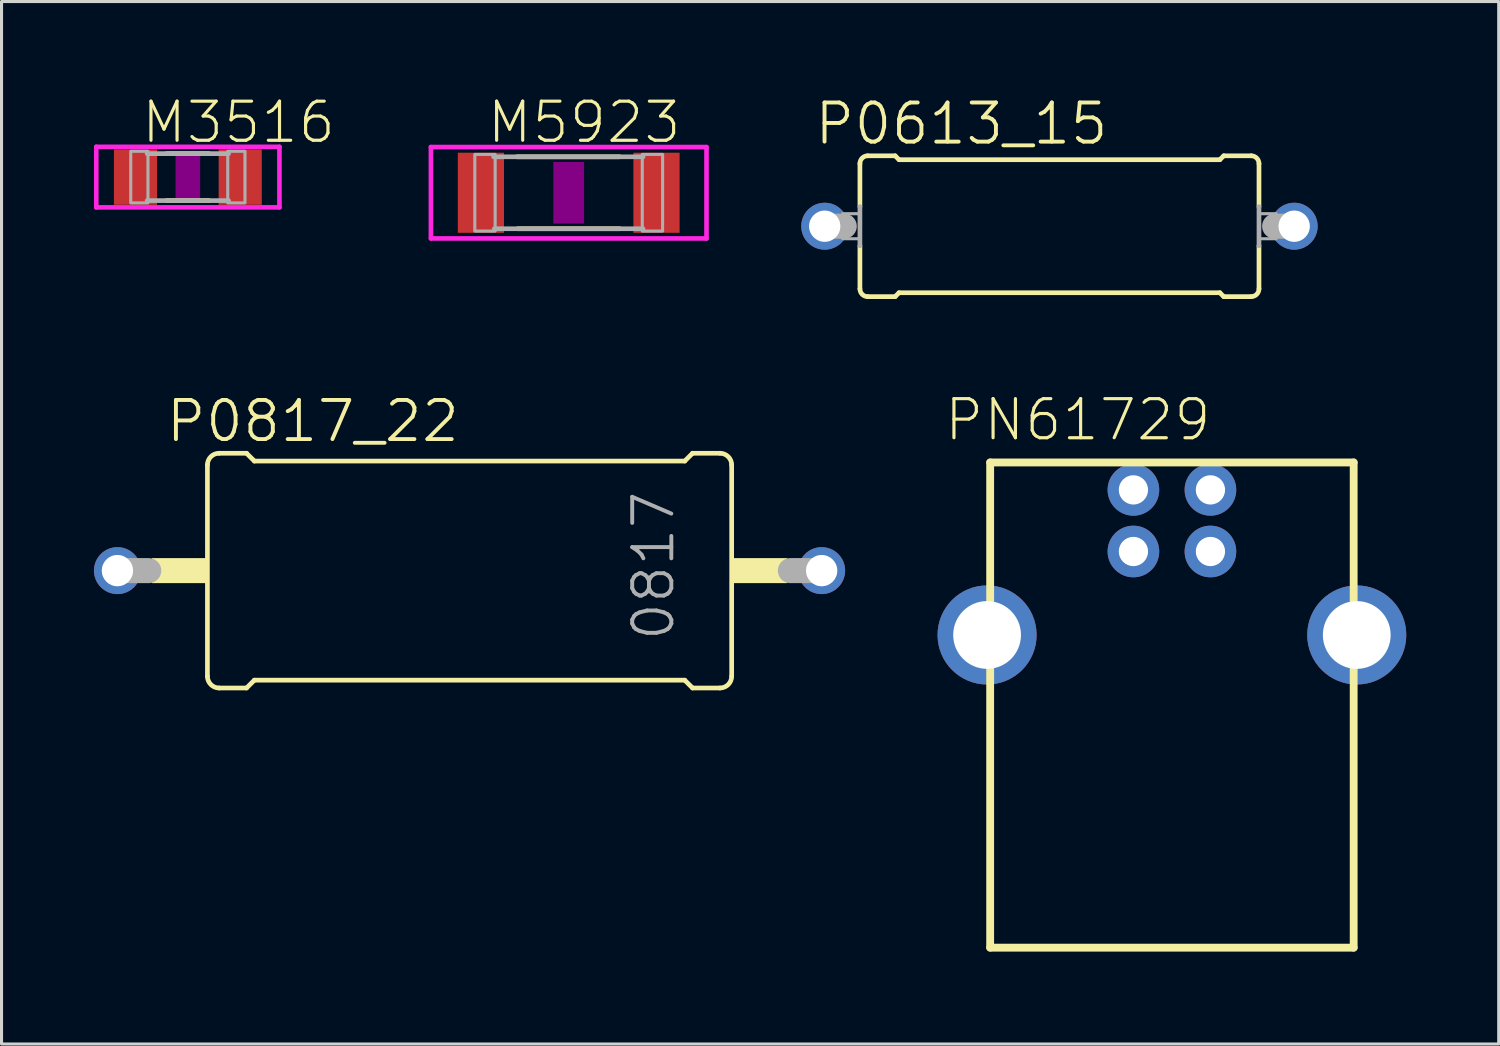
<source format=kicad_pcb>
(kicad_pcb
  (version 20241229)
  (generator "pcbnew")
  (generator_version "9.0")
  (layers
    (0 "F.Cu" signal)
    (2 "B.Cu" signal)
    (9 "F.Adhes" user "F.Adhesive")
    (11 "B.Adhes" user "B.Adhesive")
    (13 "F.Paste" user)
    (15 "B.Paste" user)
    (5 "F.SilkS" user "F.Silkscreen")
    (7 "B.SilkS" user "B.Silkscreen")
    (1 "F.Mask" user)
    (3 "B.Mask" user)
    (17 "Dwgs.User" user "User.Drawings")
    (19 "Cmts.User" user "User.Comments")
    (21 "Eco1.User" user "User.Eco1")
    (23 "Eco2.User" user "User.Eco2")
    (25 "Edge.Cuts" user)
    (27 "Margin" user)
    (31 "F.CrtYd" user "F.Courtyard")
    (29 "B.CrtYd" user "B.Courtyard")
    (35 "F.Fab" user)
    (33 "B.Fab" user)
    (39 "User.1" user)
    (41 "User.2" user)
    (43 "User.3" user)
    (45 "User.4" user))
  (footprint "P0613_15"
    (layer "F.Cu")
    (at 31.341 4.293)
    (property "Reference" "P0613_15" (at -3.181 -3.327 0) (layer "F.SilkS") (effects (font (size 1.27 1.27) (thickness 0.127))))
    (attr through_hole)
    (fp_line (start -6.477 -0.635) (end -6.477 -2.032) (stroke (width 0.152) (type solid)) (layer "F.SilkS"))
    (fp_line (start -6.477 2.032) (end -6.477 0.635) (stroke (width 0.152) (type solid)) (layer "F.SilkS"))
    (fp_line (start -6.223 -2.286) (end -5.334 -2.286) (stroke (width 0.152) (type solid)) (layer "F.SilkS"))
    (fp_line (start -6.223 2.286) (end -5.334 2.286) (stroke (width 0.152) (type solid)) (layer "F.SilkS"))
    (fp_line (start -5.207 -2.159) (end -5.334 -2.286) (stroke (width 0.152) (type solid)) (layer "F.SilkS"))
    (fp_line (start -5.207 2.159) (end -5.334 2.286) (stroke (width 0.152) (type solid)) (layer "F.SilkS"))
    (fp_line (start 5.207 -2.159) (end -5.207 -2.159) (stroke (width 0.152) (type solid)) (layer "F.SilkS"))
    (fp_line (start 5.207 -2.159) (end 5.334 -2.286) (stroke (width 0.152) (type solid)) (layer "F.SilkS"))
    (fp_line (start 5.207 2.159) (end -5.207 2.159) (stroke (width 0.152) (type solid)) (layer "F.SilkS"))
    (fp_line (start 5.207 2.159) (end 5.334 2.286) (stroke (width 0.152) (type solid)) (layer "F.SilkS"))
    (fp_line (start 6.223 -2.286) (end 5.334 -2.286) (stroke (width 0.152) (type solid)) (layer "F.SilkS"))
    (fp_line (start 6.223 2.286) (end 5.334 2.286) (stroke (width 0.152) (type solid)) (layer "F.SilkS"))
    (fp_line (start 6.477 -2.032) (end 6.477 -0.635) (stroke (width 0.152) (type solid)) (layer "F.SilkS"))
    (fp_line (start 6.477 0.635) (end 6.477 2.032) (stroke (width 0.152) (type solid)) (layer "F.SilkS"))
    (fp_arc (start -6.477 -2.032) (mid -6.402605 -2.211604) (end -6.223001 -2.285999) (stroke (width 0.1524) (type solid)) (layer "F.SilkS"))
    (fp_arc (start -6.223001 2.285999) (mid -6.402605 2.211604) (end -6.477 2.032) (stroke (width 0.1524) (type solid)) (layer "F.SilkS"))
    (fp_arc (start 6.223 -2.286) (mid 6.402605 -2.211606) (end 6.477001 -2.032001) (stroke (width 0.1524) (type solid)) (layer "F.SilkS"))
    (fp_arc (start 6.477001 2.032001) (mid 6.402605 2.211606) (end 6.223 2.286) (stroke (width 0.1524) (type solid)) (layer "F.SilkS"))
    (fp_line (start -7.62 0) (end -6.985 0) (stroke (width 0.813) (type solid)) (layer "F.Fab"))
    (fp_line (start -6.477 -0.635) (end -6.477 0.635) (stroke (width 0.152) (type solid)) (layer "F.Fab"))
    (fp_line (start 6.477 0.635) (end 6.477 -0.635) (stroke (width 0.152) (type solid)) (layer "F.Fab"))
    (fp_line (start 7.62 0) (end 6.985 0) (stroke (width 0.813) (type solid)) (layer "F.Fab"))
    (fp_poly (pts (xy -7.036 -0.406) (xy -6.477 -0.406) (xy -6.477 0.406) (xy -7.036 0.406)) (stroke (width 0.1) (type solid)) (fill no) (layer "F.Fab"))
    (fp_poly (pts (xy 6.477 -0.406) (xy 7.036 -0.406) (xy 7.036 0.406) (xy 6.477 0.406)) (stroke (width 0.1) (type solid)) (fill no) (layer "F.Fab"))
    (pad "1" thru_hole circle (at -7.62 0) (size 1.524 1.524) (drill 1.016) (layers "*.Cu" "*.Mask"))
    (pad "2" thru_hole circle (at 7.62 0) (size 1.524 1.524) (drill 1.016) (layers "*.Cu" "*.Mask")))
  (footprint "P0817_22"
    (layer "F.Cu")
    (at 12.192 15.473)
    (property "Reference" "P0817_22" (at -5.086 -4.851 0) (layer "F.SilkS") (effects (font (size 1.27 1.27) (thickness 0.127))))
    (attr through_hole)
    (fp_line (start -8.509 3.429) (end -8.509 -3.429) (stroke (width 0.152) (type solid)) (layer "F.SilkS"))
    (fp_line (start -8.128 -3.81) (end -7.239 -3.81) (stroke (width 0.152) (type solid)) (layer "F.SilkS"))
    (fp_line (start -8.128 3.81) (end -7.239 3.81) (stroke (width 0.152) (type solid)) (layer "F.SilkS"))
    (fp_line (start -6.985 -3.556) (end -7.239 -3.81) (stroke (width 0.152) (type solid)) (layer "F.SilkS"))
    (fp_line (start -6.985 3.556) (end -7.239 3.81) (stroke (width 0.152) (type solid)) (layer "F.SilkS"))
    (fp_line (start 6.985 -3.556) (end -6.985 -3.556) (stroke (width 0.152) (type solid)) (layer "F.SilkS"))
    (fp_line (start 6.985 -3.556) (end 7.239 -3.81) (stroke (width 0.152) (type solid)) (layer "F.SilkS"))
    (fp_line (start 6.985 3.556) (end -6.985 3.556) (stroke (width 0.152) (type solid)) (layer "F.SilkS"))
    (fp_line (start 6.985 3.556) (end 7.239 3.81) (stroke (width 0.152) (type solid)) (layer "F.SilkS"))
    (fp_line (start 8.128 -3.81) (end 7.239 -3.81) (stroke (width 0.152) (type solid)) (layer "F.SilkS"))
    (fp_line (start 8.128 3.81) (end 7.239 3.81) (stroke (width 0.152) (type solid)) (layer "F.SilkS"))
    (fp_line (start 8.509 3.429) (end 8.509 -3.429) (stroke (width 0.152) (type solid)) (layer "F.SilkS"))
    (fp_arc (start -8.509 -3.429) (mid -8.397408 -3.698408) (end -8.128 -3.81) (stroke (width 0.1524) (type solid)) (layer "F.SilkS"))
    (fp_arc (start -8.128 3.81) (mid -8.397408 3.698408) (end -8.509 3.429) (stroke (width 0.1524) (type solid)) (layer "F.SilkS"))
    (fp_arc (start 8.128 -3.81) (mid 8.397408 -3.698408) (end 8.509 -3.429) (stroke (width 0.1524) (type solid)) (layer "F.SilkS"))
    (fp_arc (start 8.509 3.429) (mid 8.397408 3.698408) (end 8.128 3.81) (stroke (width 0.1524) (type solid)) (layer "F.SilkS"))
    (fp_poly (pts (xy -10.312 -0.406) (xy -8.509 -0.406) (xy -8.509 0.406) (xy -10.312 0.406)) (stroke (width 0) (type solid)) (fill yes) (layer "F.SilkS"))
    (fp_poly (pts (xy 8.509 -0.406) (xy 10.312 -0.406) (xy 10.312 0.406) (xy 8.509 0.406)) (stroke (width 0) (type solid)) (fill yes) (layer "F.SilkS"))
    (fp_line (start -10.414 0) (end -11.43 0) (stroke (width 0.813) (type solid)) (layer "F.Fab"))
    (fp_line (start 11.43 0) (end 10.414 0) (stroke (width 0.813) (type solid)) (layer "F.Fab"))
    (fp_text user "0817" (at 5.969 -0.158 90) (layer "F.Fab") (effects (font (size 1.27 1.27) (thickness 0.127))))
    (pad "1" thru_hole circle (at -11.43 0) (size 1.524 1.524) (drill 1.016) (layers "*.Cu" "*.Mask"))
    (pad "2" thru_hole circle (at 11.43 0) (size 1.524 1.524) (drill 1.016) (layers "*.Cu" "*.Mask")))
  (footprint "M5923"
    (layer "F.Cu")
    (at 15.411 3.207)
    (property "Reference" "M5923" (at 0.502 -2.286 0) (layer "F.SilkS") (effects (font (size 1.27 1.27) (thickness 0.102))))
    (attr through_hole)
    (fp_line (start 1.651 -1.168) (end -1.676 -1.168) (stroke (width 0.152) (type solid)) (layer "F.SilkS"))
    (fp_line (start 1.651 1.168) (end -1.651 1.168) (stroke (width 0.152) (type solid)) (layer "F.SilkS"))
    (fp_poly (pts (xy -0.5 -1) (xy 0.5 -1) (xy 0.5 1) (xy -0.5 1)) (stroke (width 0) (type solid)) (fill yes) (layer "F.Adhes"))
    (fp_line (start -4.473 -1.483) (end 4.473 -1.483) (stroke (width 0.15) (type solid)) (layer "F.CrtYd"))
    (fp_line (start -4.473 1.483) (end -4.473 -1.483) (stroke (width 0.15) (type solid)) (layer "F.CrtYd"))
    (fp_line (start 4.473 -1.483) (end 4.473 1.483) (stroke (width 0.15) (type solid)) (layer "F.CrtYd"))
    (fp_line (start 4.473 1.483) (end -4.473 1.483) (stroke (width 0.15) (type solid)) (layer "F.CrtYd"))
    (fp_line (start 2.413 -1.168) (end -2.438 -1.168) (stroke (width 0.152) (type solid)) (layer "F.Fab"))
    (fp_line (start 2.413 1.168) (end -2.413 1.168) (stroke (width 0.152) (type solid)) (layer "F.Fab"))
    (fp_poly (pts (xy -3.048 -1.245) (xy -2.388 -1.245) (xy -2.388 1.245) (xy -3.048 1.245)) (stroke (width 0.1) (type solid)) (fill no) (layer "F.Fab"))
    (fp_poly (pts (xy 2.388 -1.245) (xy 3.048 -1.245) (xy 3.048 1.245) (xy 2.388 1.245)) (stroke (width 0.1) (type solid)) (fill no) (layer "F.Fab"))
    (pad "1" smd rect (at -2.85 0) (size 1.5 2.6) (layers "F.Cu" "F.Mask" "F.Paste"))
    (pad "2" smd rect (at 2.85 0) (size 1.5 2.6) (layers "F.Cu" "F.Mask" "F.Paste")))
  (footprint "M3516"
    (layer "F.Cu")
    (at 3.048 2.699)
    (property "Reference" "M3516" (at 1.645 -1.778 0) (layer "F.SilkS") (effects (font (size 1.27 1.27) (thickness 0.102))))
    (attr through_hole)
    (fp_line (start 0.686 -0.762) (end -0.686 -0.762) (stroke (width 0.152) (type solid)) (layer "F.SilkS"))
    (fp_line (start 0.686 0.762) (end -0.686 0.762) (stroke (width 0.152) (type solid)) (layer "F.SilkS"))
    (fp_poly (pts (xy -0.4 -0.7) (xy 0.4 -0.7) (xy 0.4 0.7) (xy -0.4 0.7)) (stroke (width 0) (type solid)) (fill yes) (layer "F.Adhes"))
    (fp_line (start -2.973 -0.983) (end 2.973 -0.983) (stroke (width 0.15) (type solid)) (layer "F.CrtYd"))
    (fp_line (start -2.973 0.983) (end -2.973 -0.983) (stroke (width 0.15) (type solid)) (layer "F.CrtYd"))
    (fp_line (start 2.973 -0.983) (end 2.973 0.983) (stroke (width 0.15) (type solid)) (layer "F.CrtYd"))
    (fp_line (start 2.973 0.983) (end -2.973 0.983) (stroke (width 0.15) (type solid)) (layer "F.CrtYd"))
    (fp_line (start 1.321 -0.762) (end -1.321 -0.762) (stroke (width 0.152) (type solid)) (layer "F.Fab"))
    (fp_line (start 1.321 0.762) (end -1.321 0.762) (stroke (width 0.152) (type solid)) (layer "F.Fab"))
    (fp_poly (pts (xy -1.854 -0.838) (xy -1.295 -0.838) (xy -1.295 0.838) (xy -1.854 0.838)) (stroke (width 0.1) (type solid)) (fill no) (layer "F.Fab"))
    (fp_poly (pts (xy 1.295 -0.838) (xy 1.854 -0.838) (xy 1.854 0.838) (xy 1.295 0.838)) (stroke (width 0.1) (type solid)) (fill no) (layer "F.Fab"))
    (pad "1" smd rect (at -1.7 0) (size 1.4 1.8) (layers "F.Cu" "F.Mask" "F.Paste"))
    (pad "2" smd rect (at 1.7 0) (size 1.4 1.8) (layers "F.Cu" "F.Mask" "F.Paste")))
  (footprint "PN61729"
    (layer "F.Cu")
    (at 34.992 17.562)
    (property "Reference" "PN61729" (at -3.054 -6.985 0) (layer "F.SilkS") (effects (font (size 1.27 1.27) (thickness 0.102))))
    (attr through_hole)
    (fp_line (start -5.9 -5.6) (end -5.9 10.15) (stroke (width 0.254) (type solid)) (layer "F.SilkS"))
    (fp_line (start -5.9 10.15) (end 5.9 10.15) (stroke (width 0.254) (type solid)) (layer "F.SilkS"))
    (fp_line (start 5.9 -5.6) (end -5.9 -5.6) (stroke (width 0.254) (type solid)) (layer "F.SilkS"))
    (fp_line (start 5.9 10.15) (end 5.9 -5.6) (stroke (width 0.254) (type solid)) (layer "F.SilkS"))
    (pad "1" thru_hole circle (at 1.25 -4.71) (size 1.676 1.676) (drill 0.95) (layers "*.Cu" "*.Mask"))
    (pad "2" thru_hole circle (at -1.25 -4.71) (size 1.676 1.676) (drill 0.95) (layers "*.Cu" "*.Mask"))
    (pad "3" thru_hole circle (at -1.25 -2.71) (size 1.676 1.676) (drill 0.95) (layers "*.Cu" "*.Mask"))
    (pad "4" thru_hole circle (at 1.25 -2.71) (size 1.676 1.676) (drill 0.95) (layers "*.Cu" "*.Mask"))
    (pad "P$1" thru_hole circle (at -6 0) (size 3.216 3.216) (drill 2.2) (layers "*.Cu" "*.Mask"))
    (pad "P$2" thru_hole circle (at 6 0) (size 3.216 3.216) (drill 2.2) (layers "*.Cu" "*.Mask")))
  (gr_rect
    (start -3 -3)
    (end 45.6 30.839)
    (stroke (width 0.1) (type default))
    (fill no)
    (layer "Edge.Cuts")))
</source>
